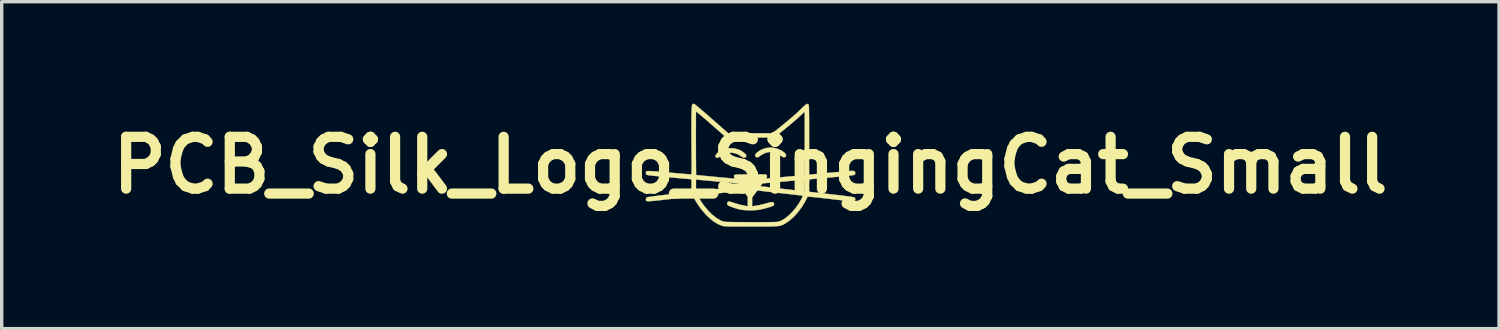
<source format=kicad_pcb>
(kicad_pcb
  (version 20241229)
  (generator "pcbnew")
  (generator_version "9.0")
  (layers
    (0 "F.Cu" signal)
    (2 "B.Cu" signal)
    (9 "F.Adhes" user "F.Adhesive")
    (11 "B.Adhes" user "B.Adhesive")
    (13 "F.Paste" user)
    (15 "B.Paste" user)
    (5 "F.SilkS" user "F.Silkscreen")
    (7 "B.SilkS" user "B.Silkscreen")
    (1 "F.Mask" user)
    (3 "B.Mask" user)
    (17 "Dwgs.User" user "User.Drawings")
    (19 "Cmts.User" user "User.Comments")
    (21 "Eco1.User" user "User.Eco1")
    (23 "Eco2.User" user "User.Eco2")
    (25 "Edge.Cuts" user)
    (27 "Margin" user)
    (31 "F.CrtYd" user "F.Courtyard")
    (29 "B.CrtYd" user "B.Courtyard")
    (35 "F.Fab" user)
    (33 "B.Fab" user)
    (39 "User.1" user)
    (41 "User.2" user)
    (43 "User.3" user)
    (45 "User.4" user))
  (footprint "PCB_Silk_Logo_SingingCat_Small"
    (layer "F.Cu")
    (at 19.021 1.809)
    (property "Reference" "PCB_Silk_Logo_SingingCat_Small" (at 0 0 0) (layer "F.SilkS") (effects (font (size 1.524 1.524) (thickness 0.3))))
    (attr through_hole)
    (fp_poly (pts (xy -0.484 -0.495) (xy -0.36 -0.464) (xy -0.34 -0.457) (xy -0.282 -0.43) (xy -0.223 -0.394) (xy -0.172 -0.354) (xy -0.136 -0.317) (xy -0.132 -0.311) (xy -0.119 -0.286) (xy -0.121 -0.267) (xy -0.132 -0.248) (xy -0.157 -0.223) (xy -0.187 -0.218) (xy -0.227 -0.233) (xy -0.277 -0.266) (xy -0.373 -0.324) (xy -0.473 -0.358) (xy -0.57 -0.368) (xy -0.671 -0.36) (xy -0.761 -0.332) (xy -0.848 -0.284) (xy -0.862 -0.273) (xy -0.92 -0.236) (xy -0.964 -0.218) (xy -0.997 -0.22) (xy -1.013 -0.231) (xy -1.029 -0.262) (xy -1.021 -0.298) (xy -0.992 -0.338) (xy -0.944 -0.38) (xy -0.876 -0.422) (xy -0.845 -0.438) (xy -0.728 -0.482) (xy -0.607 -0.501) (xy -0.484 -0.495)) (stroke (width 0.01) (type solid)) (fill yes) (layer "F.SilkS"))
    (fp_poly (pts (xy 0.679 -0.513) (xy 0.798 -0.483) (xy 0.914 -0.428) (xy 0.957 -0.401) (xy 1.012 -0.358) (xy 1.043 -0.32) (xy 1.051 -0.287) (xy 1.037 -0.256) (xy 1.035 -0.254) (xy 1.01 -0.234) (xy 0.982 -0.232) (xy 0.946 -0.247) (xy 0.901 -0.278) (xy 0.813 -0.334) (xy 0.711 -0.372) (xy 0.644 -0.387) (xy 0.561 -0.388) (xy 0.471 -0.37) (xy 0.383 -0.336) (xy 0.303 -0.289) (xy 0.275 -0.267) (xy 0.23 -0.237) (xy 0.192 -0.23) (xy 0.16 -0.248) (xy 0.16 -0.249) (xy 0.143 -0.277) (xy 0.14 -0.295) (xy 0.15 -0.323) (xy 0.18 -0.357) (xy 0.223 -0.394) (xy 0.277 -0.43) (xy 0.321 -0.455) (xy 0.439 -0.499) (xy 0.559 -0.518) (xy 0.679 -0.513)) (stroke (width 0.01) (type solid)) (fill yes) (layer "F.SilkS"))
    (fp_poly (pts (xy -1.653 -1.8) (xy -1.65 -1.799) (xy -1.635 -1.789) (xy -1.602 -1.764) (xy -1.555 -1.725) (xy -1.494 -1.674) (xy -1.422 -1.613) (xy -1.341 -1.543) (xy -1.253 -1.467) (xy -1.159 -1.384) (xy -1.137 -1.365) (xy -0.654 -0.94) (xy -0.001 -0.94) (xy 0.652 -0.94) (xy 0.862 -1.11) (xy 1.01 -1.23) (xy 1.14 -1.338) (xy 1.256 -1.437) (xy 1.359 -1.529) (xy 1.453 -1.617) (xy 1.504 -1.667) (xy 1.554 -1.714) (xy 1.598 -1.754) (xy 1.633 -1.784) (xy 1.655 -1.801) (xy 1.661 -1.803) (xy 1.686 -1.798) (xy 1.703 -1.79) (xy 1.707 -1.787) (xy 1.711 -1.782) (xy 1.714 -1.774) (xy 1.717 -1.76) (xy 1.72 -1.739) (xy 1.721 -1.71) (xy 1.723 -1.671) (xy 1.724 -1.619) (xy 1.725 -1.554) (xy 1.726 -1.474) (xy 1.727 -1.377) (xy 1.727 -1.262) (xy 1.727 -1.127) (xy 1.727 -0.97) (xy 1.727 -0.789) (xy 1.727 -0.748) (xy 1.727 0.28) (xy 1.788 0.273) (xy 1.818 0.27) (xy 1.869 0.265) (xy 1.938 0.258) (xy 2.021 0.251) (xy 2.115 0.242) (xy 2.218 0.233) (xy 2.326 0.223) (xy 2.435 0.214) (xy 2.544 0.204) (xy 2.648 0.195) (xy 2.746 0.187) (xy 2.832 0.179) (xy 2.906 0.173) (xy 2.962 0.169) (xy 2.999 0.166) (xy 3.012 0.165) (xy 3.05 0.174) (xy 3.075 0.198) (xy 3.086 0.229) (xy 3.08 0.26) (xy 3.058 0.284) (xy 3.038 0.289) (xy 2.995 0.296) (xy 2.929 0.305) (xy 2.839 0.314) (xy 2.725 0.326) (xy 2.586 0.339) (xy 2.422 0.353) (xy 2.407 0.354) (xy 2.283 0.365) (xy 2.166 0.375) (xy 2.058 0.385) (xy 1.963 0.393) (xy 1.883 0.401) (xy 1.82 0.407) (xy 1.777 0.411) (xy 1.757 0.413) (xy 1.756 0.414) (xy 1.745 0.417) (xy 1.737 0.424) (xy 1.732 0.438) (xy 1.729 0.465) (xy 1.728 0.507) (xy 1.727 0.569) (xy 1.727 0.601) (xy 1.727 0.782) (xy 2.378 0.857) (xy 2.534 0.875) (xy 2.671 0.891) (xy 2.79 0.906) (xy 2.888 0.919) (xy 2.966 0.93) (xy 3.02 0.939) (xy 3.051 0.946) (xy 3.058 0.948) (xy 3.081 0.974) (xy 3.085 1.007) (xy 3.073 1.038) (xy 3.047 1.06) (xy 3.019 1.067) (xy 3.001 1.065) (xy 2.96 1.061) (xy 2.9 1.055) (xy 2.821 1.046) (xy 2.727 1.035) (xy 2.621 1.023) (xy 2.504 1.01) (xy 2.379 0.996) (xy 2.337 0.991) (xy 2.183 0.973) (xy 2.053 0.958) (xy 1.946 0.947) (xy 1.858 0.938) (xy 1.79 0.932) (xy 1.74 0.928) (xy 1.705 0.927) (xy 1.685 0.927) (xy 1.678 0.93) (xy 1.678 0.93) (xy 1.661 0.968) (xy 1.634 1.022) (xy 1.6 1.084) (xy 1.561 1.151) (xy 1.521 1.216) (xy 1.483 1.273) (xy 1.476 1.282) (xy 1.371 1.415) (xy 1.259 1.534) (xy 1.141 1.635) (xy 1.022 1.716) (xy 0.978 1.74) (xy 0.953 1.753) (xy 0.929 1.763) (xy 0.905 1.772) (xy 0.878 1.78) (xy 0.846 1.786) (xy 0.807 1.791) (xy 0.76 1.795) (xy 0.701 1.798) (xy 0.629 1.8) (xy 0.542 1.802) (xy 0.437 1.802) (xy 0.314 1.803) (xy 0.168 1.803) (xy 0.013 1.803) (xy -0.148 1.803) (xy -0.284 1.803) (xy -0.4 1.802) (xy -0.497 1.802) (xy -0.576 1.801) (xy -0.64 1.8) (xy -0.692 1.799) (xy -0.732 1.797) (xy -0.764 1.794) (xy -0.788 1.791) (xy -0.808 1.787) (xy -0.826 1.783) (xy -0.843 1.777) (xy -0.851 1.774) (xy -0.954 1.731) (xy -1.055 1.672) (xy -1.159 1.594) (xy -1.266 1.495) (xy -1.318 1.443) (xy -1.39 1.361) (xy -1.463 1.269) (xy -1.533 1.171) (xy -1.595 1.076) (xy -1.642 0.99) (xy -1.644 0.986) (xy -1.665 0.946) (xy -1.681 0.924) (xy -1.696 0.917) (xy -1.713 0.918) (xy -1.732 0.921) (xy -1.774 0.926) (xy -1.835 0.934) (xy -1.915 0.943) (xy -2.009 0.954) (xy -2.116 0.967) (xy -2.233 0.98) (xy -2.358 0.995) (xy -2.39 0.998) (xy -2.538 1.015) (xy -2.664 1.03) (xy -2.768 1.041) (xy -2.853 1.05) (xy -2.92 1.055) (xy -2.972 1.058) (xy -3.011 1.059) (xy -3.038 1.056) (xy -3.056 1.051) (xy -3.067 1.043) (xy -3.072 1.032) (xy -3.073 1.019) (xy -3.073 1.003) (xy -3.073 1.002) (xy -3.063 0.965) (xy -3.045 0.948) (xy -3.025 0.942) (xy -2.98 0.934) (xy -2.913 0.924) (xy -2.822 0.912) (xy -2.75 0.902) (xy -1.528 0.902) (xy -1.528 0.918) (xy -1.515 0.951) (xy -1.492 0.996) (xy -1.46 1.05) (xy -1.422 1.109) (xy -1.38 1.169) (xy -1.372 1.179) (xy -1.253 1.326) (xy -1.131 1.449) (xy -1.007 1.548) (xy -0.881 1.623) (xy -0.8 1.658) (xy -0.785 1.662) (xy -0.759 1.665) (xy -0.721 1.667) (xy -0.67 1.67) (xy -0.602 1.671) (xy -0.517 1.673) (xy -0.414 1.674) (xy -0.29 1.675) (xy -0.144 1.675) (xy 0.016 1.676) (xy 0.176 1.676) (xy 0.313 1.676) (xy 0.428 1.675) (xy 0.525 1.675) (xy 0.604 1.674) (xy 0.667 1.673) (xy 0.718 1.672) (xy 0.758 1.67) (xy 0.788 1.667) (xy 0.812 1.664) (xy 0.831 1.66) (xy 0.847 1.656) (xy 0.856 1.653) (xy 0.948 1.61) (xy 1.044 1.546) (xy 1.143 1.465) (xy 1.239 1.369) (xy 1.331 1.261) (xy 1.414 1.145) (xy 1.487 1.024) (xy 1.491 1.015) (xy 1.52 0.959) (xy 1.535 0.922) (xy 1.538 0.901) (xy 1.534 0.896) (xy 1.519 0.894) (xy 1.48 0.889) (xy 1.422 0.882) (xy 1.345 0.873) (xy 1.253 0.862) (xy 1.149 0.85) (xy 1.033 0.837) (xy 0.91 0.823) (xy 0.883 0.82) (xy 0.758 0.806) (xy 0.64 0.792) (xy 0.533 0.78) (xy 0.437 0.769) (xy 0.356 0.76) (xy 0.293 0.752) (xy 0.249 0.747) (xy 0.227 0.744) (xy 0.226 0.744) (xy 0.208 0.75) (xy 0.181 0.776) (xy 0.144 0.823) (xy 0.128 0.845) (xy 0.051 0.95) (xy 0.051 1.208) (xy 0.111 1.2) (xy 0.192 1.188) (xy 0.268 1.174) (xy 0.349 1.154) (xy 0.444 1.129) (xy 0.468 1.122) (xy 0.547 1.101) (xy 0.605 1.089) (xy 0.646 1.086) (xy 0.672 1.092) (xy 0.688 1.108) (xy 0.692 1.118) (xy 0.698 1.145) (xy 0.695 1.167) (xy 0.68 1.185) (xy 0.649 1.203) (xy 0.601 1.221) (xy 0.532 1.242) (xy 0.505 1.25) (xy 0.403 1.278) (xy 0.318 1.299) (xy 0.242 1.312) (xy 0.168 1.321) (xy 0.088 1.325) (xy -0.006 1.326) (xy -0.019 1.326) (xy -0.132 1.323) (xy -0.229 1.315) (xy -0.32 1.299) (xy -0.413 1.274) (xy -0.516 1.24) (xy -0.568 1.22) (xy -0.621 1.198) (xy -0.654 1.181) (xy -0.672 1.165) (xy -0.681 1.148) (xy -0.681 1.146) (xy -0.682 1.107) (xy -0.662 1.079) (xy -0.637 1.069) (xy -0.614 1.071) (xy -0.573 1.081) (xy -0.522 1.097) (xy -0.486 1.109) (xy -0.288 1.167) (xy -0.124 1.2) (xy -0.076 1.208) (xy -0.076 0.932) (xy -0.141 0.841) (xy -0.178 0.791) (xy -0.206 0.761) (xy -0.228 0.75) (xy -0.233 0.749) (xy -0.255 0.75) (xy -0.299 0.755) (xy -0.361 0.761) (xy -0.439 0.769) (xy -0.529 0.779) (xy -0.628 0.791) (xy -0.735 0.803) (xy -0.845 0.816) (xy -0.956 0.829) (xy -1.065 0.842) (xy -1.17 0.855) (xy -1.266 0.866) (xy -1.352 0.877) (xy -1.424 0.887) (xy -1.479 0.894) (xy -1.515 0.899) (xy -1.528 0.902) (xy -2.75 0.902) (xy -2.711 0.897) (xy -2.578 0.881) (xy -2.426 0.864) (xy -2.381 0.859) (xy -2.257 0.844) (xy -2.14 0.831) (xy -2.034 0.819) (xy -1.94 0.809) (xy -1.861 0.8) (xy -1.799 0.793) (xy -1.757 0.789) (xy -1.737 0.787) (xy -1.736 0.787) (xy -1.733 0.775) (xy -1.731 0.742) (xy -1.73 0.693) (xy -1.73 0.632) (xy -1.73 0.6) (xy -1.73 0.588) (xy -1.6 0.588) (xy -1.6 0.651) (xy -1.598 0.705) (xy -1.597 0.744) (xy -1.594 0.763) (xy -1.594 0.764) (xy -1.577 0.768) (xy -1.559 0.767) (xy -1.54 0.764) (xy -1.5 0.759) (xy -1.439 0.752) (xy -1.361 0.743) (xy -1.269 0.733) (xy -1.165 0.721) (xy -1.052 0.708) (xy -0.965 0.698) (xy -0.819 0.682) (xy -0.697 0.668) (xy -0.595 0.656) (xy -0.513 0.647) (xy -0.448 0.639) (xy -0.398 0.633) (xy -0.361 0.628) (xy -0.335 0.624) (xy -0.319 0.62) (xy -0.31 0.617) (xy -0.308 0.616) (xy 0.291 0.616) (xy 0.32 0.621) (xy 0.349 0.625) (xy 0.398 0.631) (xy 0.464 0.639) (xy 0.545 0.649) (xy 0.638 0.66) (xy 0.739 0.672) (xy 0.846 0.684) (xy 0.956 0.697) (xy 1.066 0.709) (xy 1.172 0.721) (xy 1.273 0.732) (xy 1.365 0.743) (xy 1.445 0.751) (xy 1.51 0.758) (xy 1.558 0.763) (xy 1.585 0.765) (xy 1.591 0.765) (xy 1.594 0.752) (xy 1.597 0.717) (xy 1.599 0.667) (xy 1.6 0.606) (xy 1.6 0.591) (xy 1.6 0.421) (xy 1.559 0.427) (xy 1.538 0.429) (xy 1.494 0.433) (xy 1.431 0.439) (xy 1.351 0.446) (xy 1.256 0.455) (xy 1.15 0.464) (xy 1.035 0.475) (xy 0.94 0.483) (xy 0.362 0.534) (xy 0.326 0.575) (xy 0.291 0.616) (xy -0.308 0.616) (xy -0.306 0.615) (xy -0.305 0.612) (xy -0.305 0.612) (xy -0.312 0.597) (xy -0.33 0.572) (xy -0.333 0.568) (xy -0.362 0.533) (xy -0.933 0.483) (xy -1.053 0.472) (xy -1.166 0.462) (xy -1.27 0.453) (xy -1.362 0.444) (xy -1.44 0.437) (xy -1.499 0.431) (xy -1.538 0.427) (xy -1.553 0.426) (xy -1.6 0.419) (xy -1.6 0.588) (xy -1.73 0.588) (xy -1.734 0.413) (xy -2.383 0.356) (xy -2.547 0.341) (xy -2.686 0.328) (xy -2.802 0.316) (xy -2.894 0.306) (xy -2.965 0.298) (xy -3.015 0.29) (xy -3.044 0.284) (xy -3.053 0.281) (xy -3.068 0.256) (xy -3.073 0.229) (xy -3.073 0.213) (xy -3.072 0.2) (xy -3.067 0.189) (xy -3.056 0.181) (xy -3.039 0.176) (xy -3.011 0.173) (xy -2.973 0.172) (xy -2.921 0.174) (xy -2.854 0.178) (xy -2.769 0.185) (xy -2.665 0.193) (xy -2.54 0.205) (xy -2.391 0.218) (xy -2.39 0.218) (xy -2.264 0.229) (xy -2.147 0.239) (xy -2.039 0.248) (xy -1.944 0.256) (xy -1.863 0.262) (xy -1.8 0.266) (xy -1.757 0.269) (xy -1.736 0.269) (xy -1.735 0.269) (xy -1.733 0.255) (xy -1.731 0.218) (xy -1.73 0.158) (xy -1.729 0.078) (xy -1.728 -0.021) (xy -1.728 -0.138) (xy -1.729 -0.27) (xy -1.73 -0.417) (xy -1.731 -0.545) (xy -1.732 -0.693) (xy -1.733 -0.84) (xy -1.733 -0.967) (xy -1.603 -0.967) (xy -1.603 -0.838) (xy -1.603 -0.705) (xy -1.602 -0.572) (xy -1.602 -0.439) (xy -1.602 -0.311) (xy -1.601 -0.189) (xy -1.6 -0.075) (xy -1.6 0.027) (xy -1.599 0.116) (xy -1.598 0.189) (xy -1.597 0.244) (xy -1.596 0.278) (xy -1.595 0.289) (xy -1.582 0.29) (xy -1.548 0.294) (xy -1.494 0.3) (xy -1.424 0.306) (xy -1.341 0.314) (xy -1.249 0.323) (xy -1.15 0.333) (xy -1.048 0.342) (xy -0.946 0.352) (xy -0.847 0.361) (xy -0.754 0.37) (xy -0.67 0.377) (xy -0.599 0.383) (xy -0.543 0.388) (xy -0.506 0.391) (xy -0.493 0.392) (xy -0.471 0.391) (xy -0.465 0.382) (xy -0.474 0.356) (xy -0.474 0.355) (xy -0.482 0.319) (xy -0.475 0.295) (xy -0.469 0.289) (xy -0.459 0.284) (xy -0.442 0.28) (xy -0.415 0.277) (xy -0.377 0.275) (xy -0.323 0.273) (xy -0.253 0.272) (xy -0.162 0.271) (xy -0.05 0.27) (xy -0.018 0.27) (xy 0.087 0.269) (xy 0.184 0.269) (xy 0.272 0.269) (xy 0.345 0.269) (xy 0.402 0.27) (xy 0.44 0.271) (xy 0.453 0.273) (xy 0.481 0.29) (xy 0.49 0.32) (xy 0.481 0.357) (xy 0.477 0.363) (xy 0.465 0.384) (xy 0.463 0.394) (xy 0.463 0.394) (xy 0.477 0.393) (xy 0.513 0.389) (xy 0.57 0.384) (xy 0.644 0.378) (xy 0.733 0.37) (xy 0.834 0.361) (xy 0.945 0.351) (xy 1.032 0.343) (xy 1.148 0.332) (xy 1.257 0.323) (xy 1.355 0.314) (xy 1.44 0.306) (xy 1.509 0.3) (xy 1.56 0.295) (xy 1.59 0.293) (xy 1.597 0.292) (xy 1.598 0.28) (xy 1.598 0.244) (xy 1.598 0.187) (xy 1.599 0.11) (xy 1.599 0.016) (xy 1.6 -0.094) (xy 1.6 -0.217) (xy 1.6 -0.352) (xy 1.6 -0.496) (xy 1.6 -0.643) (xy 1.6 -1.578) (xy 1.508 -1.491) (xy 1.436 -1.425) (xy 1.349 -1.347) (xy 1.249 -1.261) (xy 1.141 -1.17) (xy 1.029 -1.077) (xy 0.917 -0.987) (xy 0.81 -0.901) (xy 0.789 -0.885) (xy 0.696 -0.813) (xy -0.706 -0.813) (xy -1.148 -1.201) (xy -1.238 -1.28) (xy -1.322 -1.353) (xy -1.399 -1.418) (xy -1.466 -1.475) (xy -1.521 -1.521) (xy -1.563 -1.556) (xy -1.589 -1.576) (xy -1.598 -1.581) (xy -1.599 -1.568) (xy -1.6 -1.531) (xy -1.601 -1.474) (xy -1.602 -1.399) (xy -1.602 -1.309) (xy -1.602 -1.205) (xy -1.603 -1.09) (xy -1.603 -0.967) (xy -1.733 -0.967) (xy -1.733 -0.982) (xy -1.733 -1.116) (xy -1.733 -1.239) (xy -1.733 -1.349) (xy -1.732 -1.442) (xy -1.731 -1.516) (xy -1.729 -1.567) (xy -1.726 -1.653) (xy -1.721 -1.716) (xy -1.715 -1.76) (xy -1.706 -1.787) (xy -1.693 -1.801) (xy -1.676 -1.804) (xy -1.653 -1.8)) (stroke (width 0.01) (type solid)) (fill yes) (layer "F.SilkS")))
  (gr_rect
    (start -3 -3)
    (end 41.042 6.617)
    (stroke (width 0.1) (type default))
    (fill no)
    (layer "Edge.Cuts")))
</source>
